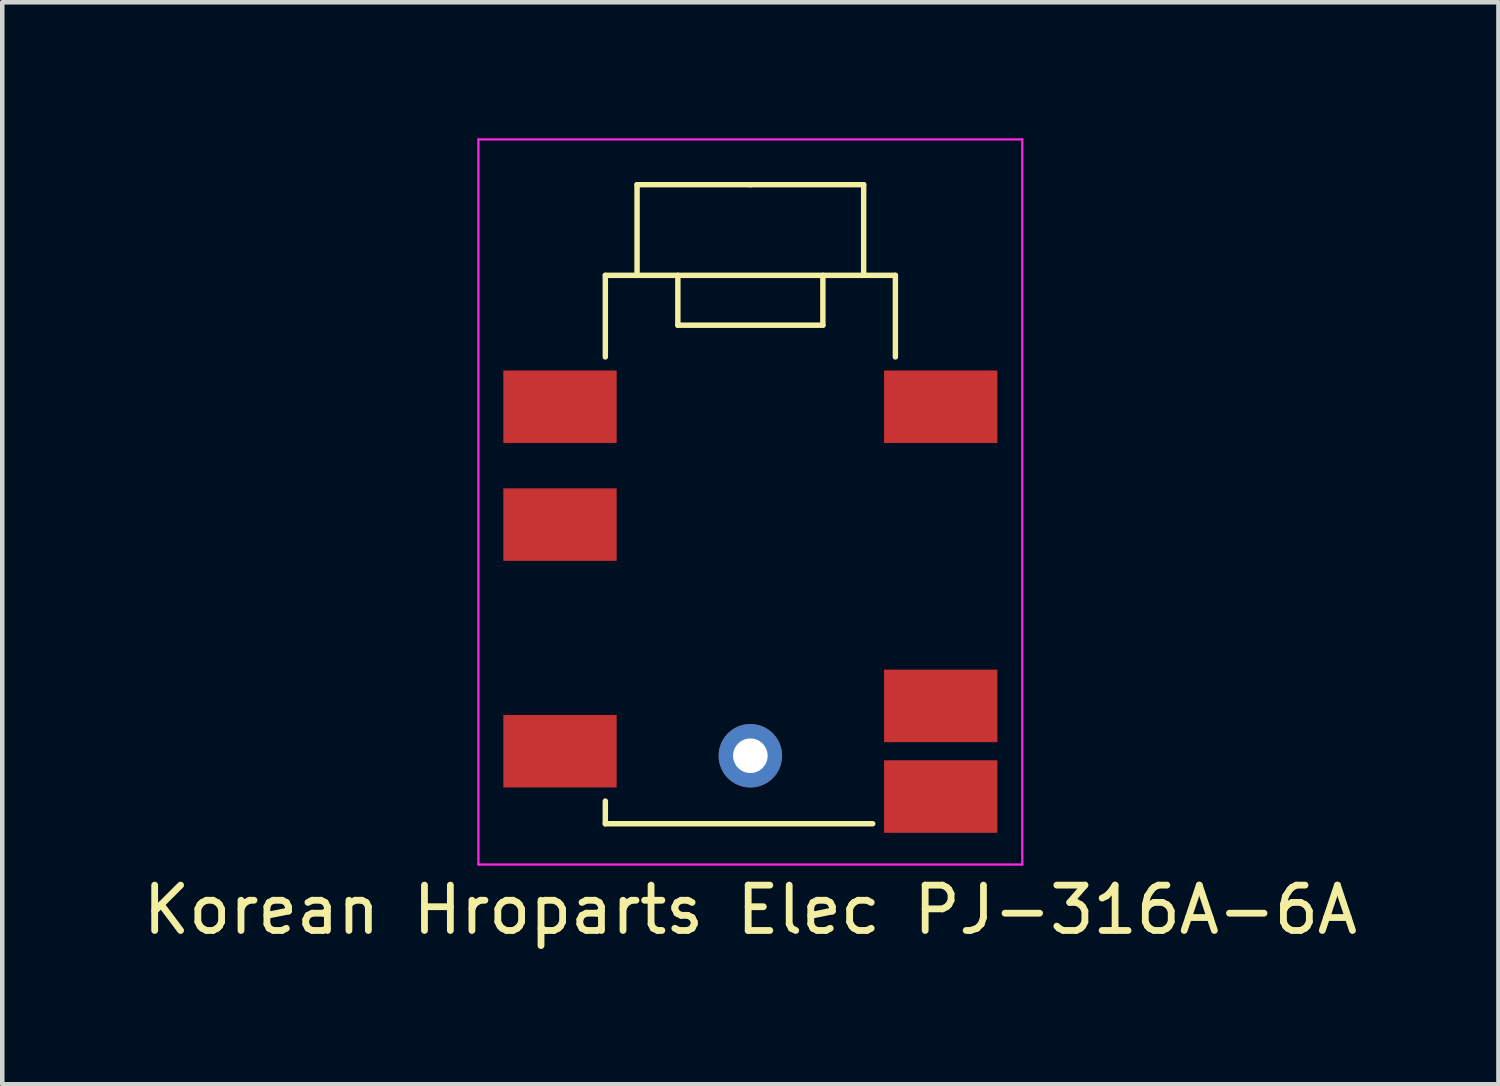
<source format=kicad_pcb>
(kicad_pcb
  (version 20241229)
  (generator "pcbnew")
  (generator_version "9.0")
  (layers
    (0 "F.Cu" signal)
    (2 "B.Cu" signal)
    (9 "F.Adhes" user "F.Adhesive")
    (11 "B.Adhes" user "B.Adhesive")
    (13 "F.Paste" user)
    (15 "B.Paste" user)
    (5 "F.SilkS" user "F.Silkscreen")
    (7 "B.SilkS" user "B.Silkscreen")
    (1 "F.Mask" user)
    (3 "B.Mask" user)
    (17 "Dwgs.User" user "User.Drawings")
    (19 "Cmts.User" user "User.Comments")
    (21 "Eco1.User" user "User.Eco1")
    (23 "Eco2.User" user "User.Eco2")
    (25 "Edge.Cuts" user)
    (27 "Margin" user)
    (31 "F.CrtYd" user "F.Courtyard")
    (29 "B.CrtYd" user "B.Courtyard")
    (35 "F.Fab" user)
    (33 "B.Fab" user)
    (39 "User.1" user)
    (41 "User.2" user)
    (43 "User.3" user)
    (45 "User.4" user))
  (footprint "Korean Hroparts Elec PJ-316A-6A"
    (layer "F.Cu")
    (at 13.506 3.025)
    (property "Reference" "Korean Hroparts Elec PJ-316A-6A" (at 0 14 0) (layer "F.SilkS") (effects (font (size 1 1) (thickness 0.15))))
    (attr through_hole)
    (fp_line (start -3.2 0) (end -3.2 1.8) (stroke (width 0.12) (type solid)) (layer "F.SilkS"))
    (fp_line (start -3.2 0) (end 3.2 0) (stroke (width 0.12) (type solid)) (layer "F.SilkS"))
    (fp_line (start -3.2 12.1) (end -3.2 11.6) (stroke (width 0.12) (type solid)) (layer "F.SilkS"))
    (fp_line (start -2.5 -2) (end -2.5 0) (stroke (width 0.12) (type solid)) (layer "F.SilkS"))
    (fp_line (start -2.5 -2) (end 0 -2) (stroke (width 0.12) (type solid)) (layer "F.SilkS"))
    (fp_line (start -1.6 1.1) (end -1.6 0) (stroke (width 0.12) (type solid)) (layer "F.SilkS"))
    (fp_line (start -1.6 1.1) (end 1.6 1.1) (stroke (width 0.12) (type solid)) (layer "F.SilkS"))
    (fp_line (start 0 -2) (end 2.5 -2) (stroke (width 0.12) (type solid)) (layer "F.SilkS"))
    (fp_line (start 1.6 1.1) (end 1.6 0) (stroke (width 0.12) (type solid)) (layer "F.SilkS"))
    (fp_line (start 2.5 -2) (end 2.5 0) (stroke (width 0.12) (type solid)) (layer "F.SilkS"))
    (fp_line (start 2.7 12.1) (end -3.2 12.1) (stroke (width 0.12) (type solid)) (layer "F.SilkS"))
    (fp_line (start 3.2 0) (end 3.2 1.8) (stroke (width 0.12) (type solid)) (layer "F.SilkS"))
    (fp_line (start -6 -3) (end -6 13) (stroke (width 0.05) (type solid)) (layer "F.CrtYd"))
    (fp_line (start -6 -3) (end 6 -3) (stroke (width 0.05) (type solid)) (layer "F.CrtYd"))
    (fp_line (start -6 13) (end 6 13) (stroke (width 0.05) (type solid)) (layer "F.CrtYd"))
    (fp_line (start 6 13) (end 6 -3) (stroke (width 0.05) (type solid)) (layer "F.CrtYd"))
    (pad "" np_thru_hole circle (at 0 10.6) (size 1.4 1.4) (drill 0.762) (layers "*.Cu" "*.Mask"))
    (pad "R1" smd rect (at -4.2 5.5) (size 2.5 1.6) (layers "F.Cu" "F.Mask" "F.Paste"))
    (pad "R1N" smd rect (at -4.2 10.5) (size 2.5 1.6) (layers "F.Cu" "F.Mask" "F.Paste"))
    (pad "R2" smd rect (at 4.2 2.9) (size 2.5 1.6) (layers "F.Cu" "F.Mask" "F.Paste"))
    (pad "S" smd rect (at -4.2 2.9) (size 2.5 1.6) (layers "F.Cu" "F.Mask" "F.Paste"))
    (pad "T" smd rect (at 4.2 9.5) (size 2.5 1.6) (layers "F.Cu" "F.Mask" "F.Paste"))
    (pad "TN" smd rect (at 4.2 11.5) (size 2.5 1.6) (layers "F.Cu" "F.Mask" "F.Paste")))
  (gr_rect
    (start -3 -3)
    (end 30.012 20.873)
    (stroke (width 0.1) (type default))
    (fill no)
    (layer "Edge.Cuts")))
</source>
